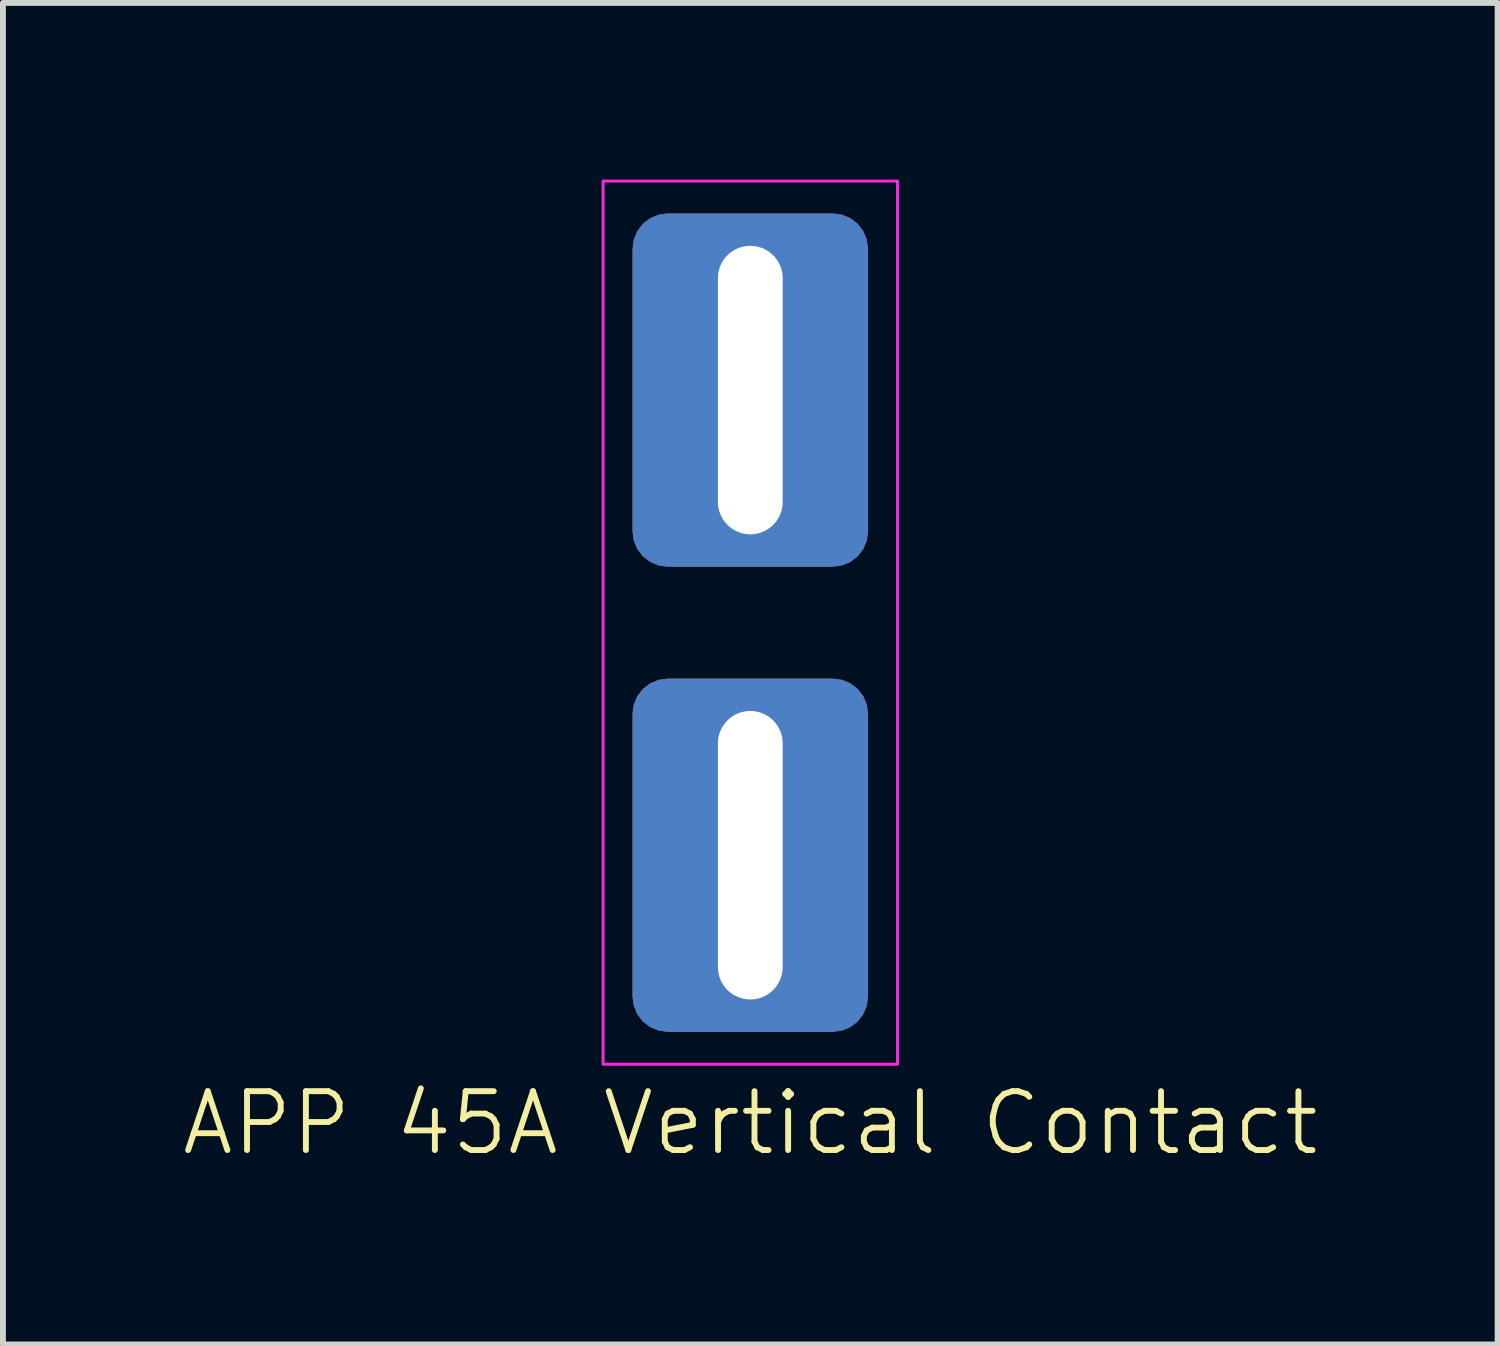
<source format=kicad_pcb>
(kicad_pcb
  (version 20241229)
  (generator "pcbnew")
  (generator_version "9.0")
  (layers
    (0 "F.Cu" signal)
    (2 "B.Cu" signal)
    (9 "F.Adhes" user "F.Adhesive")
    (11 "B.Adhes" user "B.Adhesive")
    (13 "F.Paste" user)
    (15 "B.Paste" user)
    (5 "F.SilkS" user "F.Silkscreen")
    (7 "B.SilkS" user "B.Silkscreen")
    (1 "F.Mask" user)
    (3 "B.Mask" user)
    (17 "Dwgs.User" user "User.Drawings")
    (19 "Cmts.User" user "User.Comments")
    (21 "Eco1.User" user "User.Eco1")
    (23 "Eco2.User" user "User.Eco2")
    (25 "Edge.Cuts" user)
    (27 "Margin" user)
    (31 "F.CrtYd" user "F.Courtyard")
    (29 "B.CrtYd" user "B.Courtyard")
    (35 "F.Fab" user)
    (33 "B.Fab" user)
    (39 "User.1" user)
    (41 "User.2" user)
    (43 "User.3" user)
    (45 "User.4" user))
  (footprint "APP 45A Vertical Contact"
    (layer "F.Cu")
    (at 9.693 7.525)
    (property "Reference" "APP 45A Vertical Contact" (at 0 8.5 0) (unlocked yes) (layer "F.SilkS") (effects (font (size 1 1) (thickness 0.1))))
    (attr through_hole)
    (fp_rect (start -2.5 -7.5) (end 2.5 7.5) (stroke (width 0.05) (type default)) (fill no) (layer "F.CrtYd"))
    (pad "1" thru_hole roundrect (at 0 -3.95) (size 4 6) (drill oval 1.1 4.9) (layers "*.Cu" "*.Mask") (roundrect_rratio 0.15))
    (pad "2" thru_hole roundrect (at 0 3.95) (size 4 6) (drill oval 1.1 4.9) (layers "*.Cu" "*.Mask") (roundrect_rratio 0.15)))
  (gr_rect
    (start -3 -3)
    (end 22.386 19.785)
    (stroke (width 0.1) (type default))
    (fill no)
    (layer "Edge.Cuts")))
</source>
